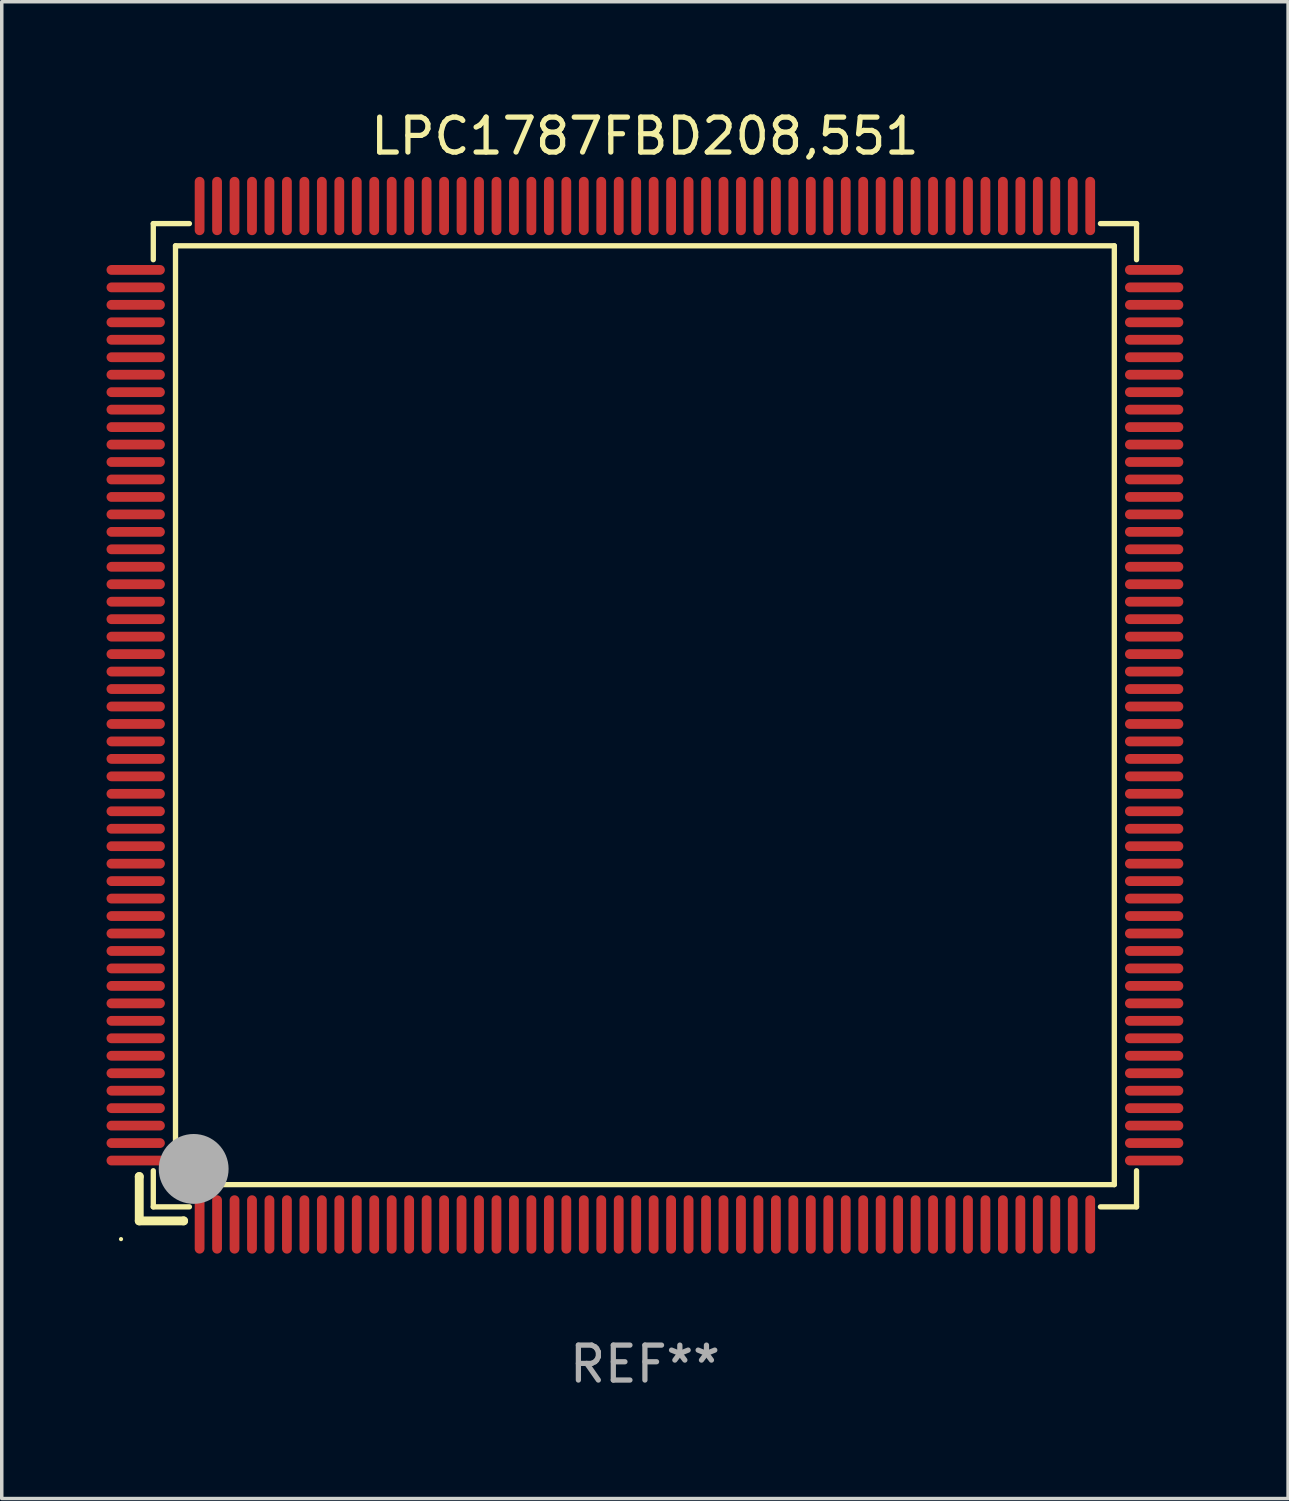
<source format=kicad_pcb>
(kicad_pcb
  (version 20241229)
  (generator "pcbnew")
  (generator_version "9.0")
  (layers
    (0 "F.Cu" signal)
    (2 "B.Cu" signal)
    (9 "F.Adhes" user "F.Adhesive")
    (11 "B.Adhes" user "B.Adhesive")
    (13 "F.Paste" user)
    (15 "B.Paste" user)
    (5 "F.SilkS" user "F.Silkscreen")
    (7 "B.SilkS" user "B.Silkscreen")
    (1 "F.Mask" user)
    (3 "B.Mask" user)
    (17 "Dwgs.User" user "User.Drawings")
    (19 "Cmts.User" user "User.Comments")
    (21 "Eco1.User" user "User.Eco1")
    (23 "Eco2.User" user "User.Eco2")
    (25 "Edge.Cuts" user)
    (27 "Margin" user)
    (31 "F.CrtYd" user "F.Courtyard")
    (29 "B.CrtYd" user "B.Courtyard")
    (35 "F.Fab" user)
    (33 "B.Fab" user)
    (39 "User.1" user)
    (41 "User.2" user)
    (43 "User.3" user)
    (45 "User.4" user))
  (footprint "LPC1787FBD208,551"
    (layer "F.Cu")
    (at 15.415 17.428)
    (property "Reference" "LPC1787FBD208,551" (at 0 -16.58 0) (layer "F.SilkS") (effects (font (size 1 1) (thickness 0.15))))
    (attr through_hole)
    (fp_line (start -14.478 13.208) (end -14.478 13.208) (stroke (width 0.254) (type solid)) (layer "F.SilkS"))
    (fp_line (start -14.478 13.208) (end -14.478 14.478) (stroke (width 0.254) (type solid)) (layer "F.SilkS"))
    (fp_line (start -14.478 14.478) (end -13.208 14.478) (stroke (width 0.254) (type solid)) (layer "F.SilkS"))
    (fp_line (start -14.076 -14.076) (end -14.076 -13.042) (stroke (width 0.152) (type solid)) (layer "F.SilkS"))
    (fp_line (start -14.076 14.076) (end -14.076 13.042) (stroke (width 0.152) (type solid)) (layer "F.SilkS"))
    (fp_line (start -13.44 -13.44) (end 13.44 -13.44) (stroke (width 0.152) (type solid)) (layer "F.SilkS"))
    (fp_line (start -13.44 13.44) (end -13.44 -13.44) (stroke (width 0.152) (type solid)) (layer "F.SilkS"))
    (fp_line (start -13.208 14.478) (end -13.208 14.478) (stroke (width 0.254) (type solid)) (layer "F.SilkS"))
    (fp_line (start -13.042 -14.076) (end -14.076 -14.076) (stroke (width 0.152) (type solid)) (layer "F.SilkS"))
    (fp_line (start -13.042 14.076) (end -14.076 14.076) (stroke (width 0.152) (type solid)) (layer "F.SilkS"))
    (fp_line (start 13.042 -14.076) (end 14.076 -14.076) (stroke (width 0.152) (type solid)) (layer "F.SilkS"))
    (fp_line (start 13.042 14.076) (end 14.076 14.076) (stroke (width 0.152) (type solid)) (layer "F.SilkS"))
    (fp_line (start 13.44 -13.44) (end 13.44 13.44) (stroke (width 0.152) (type solid)) (layer "F.SilkS"))
    (fp_line (start 13.44 13.44) (end -13.44 13.44) (stroke (width 0.152) (type solid)) (layer "F.SilkS"))
    (fp_line (start 14.076 -14.076) (end 14.076 -13.042) (stroke (width 0.152) (type solid)) (layer "F.SilkS"))
    (fp_line (start 14.076 14.076) (end 14.076 13.042) (stroke (width 0.152) (type solid)) (layer "F.SilkS"))
    (fp_circle (center -15 15) (end -14.97 15) (stroke (width 0.06) (type solid)) (fill no) (layer "F.SilkS"))
    (fp_circle (center -13.138 13.138) (end -13.063 13.138) (stroke (width 0.15) (type solid)) (fill no) (layer "F.SilkS"))
    (fp_circle (center -12.92 12.99) (end -12.42 12.99) (stroke (width 1) (type solid)) (fill no) (layer "F.Fab"))
    (fp_text user "REF**" (at 0 18.58 0) (layer "F.Fab") (effects (font (size 1 1) (thickness 0.15))))
    (pad "1" smd oval (at -12.75 14.58) (size 0.28 1.67) (layers "F.Cu" "F.Mask" "F.Paste"))
    (pad "2" smd oval (at -12.25 14.58) (size 0.28 1.67) (layers "F.Cu" "F.Mask" "F.Paste"))
    (pad "3" smd oval (at -11.75 14.58) (size 0.28 1.67) (layers "F.Cu" "F.Mask" "F.Paste"))
    (pad "4" smd oval (at -11.25 14.58) (size 0.28 1.67) (layers "F.Cu" "F.Mask" "F.Paste"))
    (pad "5" smd oval (at -10.75 14.58) (size 0.28 1.67) (layers "F.Cu" "F.Mask" "F.Paste"))
    (pad "6" smd oval (at -10.25 14.58) (size 0.28 1.67) (layers "F.Cu" "F.Mask" "F.Paste"))
    (pad "7" smd oval (at -9.75 14.58) (size 0.28 1.67) (layers "F.Cu" "F.Mask" "F.Paste"))
    (pad "8" smd oval (at -9.25 14.58) (size 0.28 1.67) (layers "F.Cu" "F.Mask" "F.Paste"))
    (pad "9" smd oval (at -8.75 14.58) (size 0.28 1.67) (layers "F.Cu" "F.Mask" "F.Paste"))
    (pad "10" smd oval (at -8.25 14.58) (size 0.28 1.67) (layers "F.Cu" "F.Mask" "F.Paste"))
    (pad "11" smd oval (at -7.75 14.58) (size 0.28 1.67) (layers "F.Cu" "F.Mask" "F.Paste"))
    (pad "12" smd oval (at -7.25 14.58) (size 0.28 1.67) (layers "F.Cu" "F.Mask" "F.Paste"))
    (pad "13" smd oval (at -6.75 14.58) (size 0.28 1.67) (layers "F.Cu" "F.Mask" "F.Paste"))
    (pad "14" smd oval (at -6.25 14.58) (size 0.28 1.67) (layers "F.Cu" "F.Mask" "F.Paste"))
    (pad "15" smd oval (at -5.75 14.58) (size 0.28 1.67) (layers "F.Cu" "F.Mask" "F.Paste"))
    (pad "16" smd oval (at -5.25 14.58) (size 0.28 1.67) (layers "F.Cu" "F.Mask" "F.Paste"))
    (pad "17" smd oval (at -4.75 14.58) (size 0.28 1.67) (layers "F.Cu" "F.Mask" "F.Paste"))
    (pad "18" smd oval (at -4.25 14.58) (size 0.28 1.67) (layers "F.Cu" "F.Mask" "F.Paste"))
    (pad "19" smd oval (at -3.75 14.58) (size 0.28 1.67) (layers "F.Cu" "F.Mask" "F.Paste"))
    (pad "20" smd oval (at -3.25 14.58) (size 0.28 1.67) (layers "F.Cu" "F.Mask" "F.Paste"))
    (pad "21" smd oval (at -2.75 14.58) (size 0.28 1.67) (layers "F.Cu" "F.Mask" "F.Paste"))
    (pad "22" smd oval (at -2.25 14.58) (size 0.28 1.67) (layers "F.Cu" "F.Mask" "F.Paste"))
    (pad "23" smd oval (at -1.75 14.58) (size 0.28 1.67) (layers "F.Cu" "F.Mask" "F.Paste"))
    (pad "24" smd oval (at -1.25 14.58) (size 0.28 1.67) (layers "F.Cu" "F.Mask" "F.Paste"))
    (pad "25" smd oval (at -0.75 14.58) (size 0.28 1.67) (layers "F.Cu" "F.Mask" "F.Paste"))
    (pad "26" smd oval (at -0.25 14.58) (size 0.28 1.67) (layers "F.Cu" "F.Mask" "F.Paste"))
    (pad "27" smd oval (at 0.25 14.58) (size 0.28 1.67) (layers "F.Cu" "F.Mask" "F.Paste"))
    (pad "28" smd oval (at 0.75 14.58) (size 0.28 1.67) (layers "F.Cu" "F.Mask" "F.Paste"))
    (pad "29" smd oval (at 1.25 14.58) (size 0.28 1.67) (layers "F.Cu" "F.Mask" "F.Paste"))
    (pad "30" smd oval (at 1.75 14.58) (size 0.28 1.67) (layers "F.Cu" "F.Mask" "F.Paste"))
    (pad "31" smd oval (at 2.25 14.58) (size 0.28 1.67) (layers "F.Cu" "F.Mask" "F.Paste"))
    (pad "32" smd oval (at 2.75 14.58) (size 0.28 1.67) (layers "F.Cu" "F.Mask" "F.Paste"))
    (pad "33" smd oval (at 3.25 14.58) (size 0.28 1.67) (layers "F.Cu" "F.Mask" "F.Paste"))
    (pad "34" smd oval (at 3.75 14.58) (size 0.28 1.67) (layers "F.Cu" "F.Mask" "F.Paste"))
    (pad "35" smd oval (at 4.25 14.58) (size 0.28 1.67) (layers "F.Cu" "F.Mask" "F.Paste"))
    (pad "36" smd oval (at 4.75 14.58) (size 0.28 1.67) (layers "F.Cu" "F.Mask" "F.Paste"))
    (pad "37" smd oval (at 5.25 14.58) (size 0.28 1.67) (layers "F.Cu" "F.Mask" "F.Paste"))
    (pad "38" smd oval (at 5.75 14.58) (size 0.28 1.67) (layers "F.Cu" "F.Mask" "F.Paste"))
    (pad "39" smd oval (at 6.25 14.58) (size 0.28 1.67) (layers "F.Cu" "F.Mask" "F.Paste"))
    (pad "40" smd oval (at 6.75 14.58) (size 0.28 1.67) (layers "F.Cu" "F.Mask" "F.Paste"))
    (pad "41" smd oval (at 7.25 14.58) (size 0.28 1.67) (layers "F.Cu" "F.Mask" "F.Paste"))
    (pad "42" smd oval (at 7.75 14.58) (size 0.28 1.67) (layers "F.Cu" "F.Mask" "F.Paste"))
    (pad "43" smd oval (at 8.25 14.58) (size 0.28 1.67) (layers "F.Cu" "F.Mask" "F.Paste"))
    (pad "44" smd oval (at 8.75 14.58) (size 0.28 1.67) (layers "F.Cu" "F.Mask" "F.Paste"))
    (pad "45" smd oval (at 9.25 14.58) (size 0.28 1.67) (layers "F.Cu" "F.Mask" "F.Paste"))
    (pad "46" smd oval (at 9.75 14.58) (size 0.28 1.67) (layers "F.Cu" "F.Mask" "F.Paste"))
    (pad "47" smd oval (at 10.25 14.58) (size 0.28 1.67) (layers "F.Cu" "F.Mask" "F.Paste"))
    (pad "48" smd oval (at 10.75 14.58) (size 0.28 1.67) (layers "F.Cu" "F.Mask" "F.Paste"))
    (pad "49" smd oval (at 11.25 14.58) (size 0.28 1.67) (layers "F.Cu" "F.Mask" "F.Paste"))
    (pad "50" smd oval (at 11.75 14.58) (size 0.28 1.67) (layers "F.Cu" "F.Mask" "F.Paste"))
    (pad "51" smd oval (at 12.25 14.58) (size 0.28 1.67) (layers "F.Cu" "F.Mask" "F.Paste"))
    (pad "52" smd oval (at 12.75 14.58) (size 0.28 1.67) (layers "F.Cu" "F.Mask" "F.Paste"))
    (pad "53" smd oval (at 14.58 12.75) (size 1.67 0.28) (layers "F.Cu" "F.Mask" "F.Paste"))
    (pad "54" smd oval (at 14.58 12.25) (size 1.67 0.28) (layers "F.Cu" "F.Mask" "F.Paste"))
    (pad "55" smd oval (at 14.58 11.75) (size 1.67 0.28) (layers "F.Cu" "F.Mask" "F.Paste"))
    (pad "56" smd oval (at 14.58 11.25) (size 1.67 0.28) (layers "F.Cu" "F.Mask" "F.Paste"))
    (pad "57" smd oval (at 14.58 10.75) (size 1.67 0.28) (layers "F.Cu" "F.Mask" "F.Paste"))
    (pad "58" smd oval (at 14.58 10.25) (size 1.67 0.28) (layers "F.Cu" "F.Mask" "F.Paste"))
    (pad "59" smd oval (at 14.58 9.75) (size 1.67 0.28) (layers "F.Cu" "F.Mask" "F.Paste"))
    (pad "60" smd oval (at 14.58 9.25) (size 1.67 0.28) (layers "F.Cu" "F.Mask" "F.Paste"))
    (pad "61" smd oval (at 14.58 8.75) (size 1.67 0.28) (layers "F.Cu" "F.Mask" "F.Paste"))
    (pad "62" smd oval (at 14.58 8.25) (size 1.67 0.28) (layers "F.Cu" "F.Mask" "F.Paste"))
    (pad "63" smd oval (at 14.58 7.75) (size 1.67 0.28) (layers "F.Cu" "F.Mask" "F.Paste"))
    (pad "64" smd oval (at 14.58 7.25) (size 1.67 0.28) (layers "F.Cu" "F.Mask" "F.Paste"))
    (pad "65" smd oval (at 14.58 6.75) (size 1.67 0.28) (layers "F.Cu" "F.Mask" "F.Paste"))
    (pad "66" smd oval (at 14.58 6.25) (size 1.67 0.28) (layers "F.Cu" "F.Mask" "F.Paste"))
    (pad "67" smd oval (at 14.58 5.75) (size 1.67 0.28) (layers "F.Cu" "F.Mask" "F.Paste"))
    (pad "68" smd oval (at 14.58 5.25) (size 1.67 0.28) (layers "F.Cu" "F.Mask" "F.Paste"))
    (pad "69" smd oval (at 14.58 4.75) (size 1.67 0.28) (layers "F.Cu" "F.Mask" "F.Paste"))
    (pad "70" smd oval (at 14.58 4.25) (size 1.67 0.28) (layers "F.Cu" "F.Mask" "F.Paste"))
    (pad "71" smd oval (at 14.58 3.75) (size 1.67 0.28) (layers "F.Cu" "F.Mask" "F.Paste"))
    (pad "72" smd oval (at 14.58 3.25) (size 1.67 0.28) (layers "F.Cu" "F.Mask" "F.Paste"))
    (pad "73" smd oval (at 14.58 2.75) (size 1.67 0.28) (layers "F.Cu" "F.Mask" "F.Paste"))
    (pad "74" smd oval (at 14.58 2.25) (size 1.67 0.28) (layers "F.Cu" "F.Mask" "F.Paste"))
    (pad "75" smd oval (at 14.58 1.75) (size 1.67 0.28) (layers "F.Cu" "F.Mask" "F.Paste"))
    (pad "76" smd oval (at 14.58 1.25) (size 1.67 0.28) (layers "F.Cu" "F.Mask" "F.Paste"))
    (pad "77" smd oval (at 14.58 0.75) (size 1.67 0.28) (layers "F.Cu" "F.Mask" "F.Paste"))
    (pad "78" smd oval (at 14.58 0.25) (size 1.67 0.28) (layers "F.Cu" "F.Mask" "F.Paste"))
    (pad "79" smd oval (at 14.58 -0.25) (size 1.67 0.28) (layers "F.Cu" "F.Mask" "F.Paste"))
    (pad "80" smd oval (at 14.58 -0.75) (size 1.67 0.28) (layers "F.Cu" "F.Mask" "F.Paste"))
    (pad "81" smd oval (at 14.58 -1.25) (size 1.67 0.28) (layers "F.Cu" "F.Mask" "F.Paste"))
    (pad "82" smd oval (at 14.58 -1.75) (size 1.67 0.28) (layers "F.Cu" "F.Mask" "F.Paste"))
    (pad "83" smd oval (at 14.58 -2.25) (size 1.67 0.28) (layers "F.Cu" "F.Mask" "F.Paste"))
    (pad "84" smd oval (at 14.58 -2.75) (size 1.67 0.28) (layers "F.Cu" "F.Mask" "F.Paste"))
    (pad "85" smd oval (at 14.58 -3.25) (size 1.67 0.28) (layers "F.Cu" "F.Mask" "F.Paste"))
    (pad "86" smd oval (at 14.58 -3.75) (size 1.67 0.28) (layers "F.Cu" "F.Mask" "F.Paste"))
    (pad "87" smd oval (at 14.58 -4.25) (size 1.67 0.28) (layers "F.Cu" "F.Mask" "F.Paste"))
    (pad "88" smd oval (at 14.58 -4.75) (size 1.67 0.28) (layers "F.Cu" "F.Mask" "F.Paste"))
    (pad "89" smd oval (at 14.58 -5.25) (size 1.67 0.28) (layers "F.Cu" "F.Mask" "F.Paste"))
    (pad "90" smd oval (at 14.58 -5.75) (size 1.67 0.28) (layers "F.Cu" "F.Mask" "F.Paste"))
    (pad "91" smd oval (at 14.58 -6.25) (size 1.67 0.28) (layers "F.Cu" "F.Mask" "F.Paste"))
    (pad "92" smd oval (at 14.58 -6.75) (size 1.67 0.28) (layers "F.Cu" "F.Mask" "F.Paste"))
    (pad "93" smd oval (at 14.58 -7.25) (size 1.67 0.28) (layers "F.Cu" "F.Mask" "F.Paste"))
    (pad "94" smd oval (at 14.58 -7.75) (size 1.67 0.28) (layers "F.Cu" "F.Mask" "F.Paste"))
    (pad "95" smd oval (at 14.58 -8.25) (size 1.67 0.28) (layers "F.Cu" "F.Mask" "F.Paste"))
    (pad "96" smd oval (at 14.58 -8.75) (size 1.67 0.28) (layers "F.Cu" "F.Mask" "F.Paste"))
    (pad "97" smd oval (at 14.58 -9.25) (size 1.67 0.28) (layers "F.Cu" "F.Mask" "F.Paste"))
    (pad "98" smd oval (at 14.58 -9.75) (size 1.67 0.28) (layers "F.Cu" "F.Mask" "F.Paste"))
    (pad "99" smd oval (at 14.58 -10.25) (size 1.67 0.28) (layers "F.Cu" "F.Mask" "F.Paste"))
    (pad "100" smd oval (at 14.58 -10.75) (size 1.67 0.28) (layers "F.Cu" "F.Mask" "F.Paste"))
    (pad "101" smd oval (at 14.58 -11.25) (size 1.67 0.28) (layers "F.Cu" "F.Mask" "F.Paste"))
    (pad "102" smd oval (at 14.58 -11.75) (size 1.67 0.28) (layers "F.Cu" "F.Mask" "F.Paste"))
    (pad "103" smd oval (at 14.58 -12.25) (size 1.67 0.28) (layers "F.Cu" "F.Mask" "F.Paste"))
    (pad "104" smd oval (at 14.58 -12.75) (size 1.67 0.28) (layers "F.Cu" "F.Mask" "F.Paste"))
    (pad "105" smd oval (at 12.75 -14.58) (size 0.28 1.67) (layers "F.Cu" "F.Mask" "F.Paste"))
    (pad "106" smd oval (at 12.25 -14.58) (size 0.28 1.67) (layers "F.Cu" "F.Mask" "F.Paste"))
    (pad "107" smd oval (at 11.75 -14.58) (size 0.28 1.67) (layers "F.Cu" "F.Mask" "F.Paste"))
    (pad "108" smd oval (at 11.25 -14.58) (size 0.28 1.67) (layers "F.Cu" "F.Mask" "F.Paste"))
    (pad "109" smd oval (at 10.75 -14.58) (size 0.28 1.67) (layers "F.Cu" "F.Mask" "F.Paste"))
    (pad "110" smd oval (at 10.25 -14.58) (size 0.28 1.67) (layers "F.Cu" "F.Mask" "F.Paste"))
    (pad "111" smd oval (at 9.75 -14.58) (size 0.28 1.67) (layers "F.Cu" "F.Mask" "F.Paste"))
    (pad "112" smd oval (at 9.25 -14.58) (size 0.28 1.67) (layers "F.Cu" "F.Mask" "F.Paste"))
    (pad "113" smd oval (at 8.75 -14.58) (size 0.28 1.67) (layers "F.Cu" "F.Mask" "F.Paste"))
    (pad "114" smd oval (at 8.25 -14.58) (size 0.28 1.67) (layers "F.Cu" "F.Mask" "F.Paste"))
    (pad "115" smd oval (at 7.75 -14.58) (size 0.28 1.67) (layers "F.Cu" "F.Mask" "F.Paste"))
    (pad "116" smd oval (at 7.25 -14.58) (size 0.28 1.67) (layers "F.Cu" "F.Mask" "F.Paste"))
    (pad "117" smd oval (at 6.75 -14.58) (size 0.28 1.67) (layers "F.Cu" "F.Mask" "F.Paste"))
    (pad "118" smd oval (at 6.25 -14.58) (size 0.28 1.67) (layers "F.Cu" "F.Mask" "F.Paste"))
    (pad "119" smd oval (at 5.75 -14.58) (size 0.28 1.67) (layers "F.Cu" "F.Mask" "F.Paste"))
    (pad "120" smd oval (at 5.25 -14.58) (size 0.28 1.67) (layers "F.Cu" "F.Mask" "F.Paste"))
    (pad "121" smd oval (at 4.75 -14.58) (size 0.28 1.67) (layers "F.Cu" "F.Mask" "F.Paste"))
    (pad "122" smd oval (at 4.25 -14.58) (size 0.28 1.67) (layers "F.Cu" "F.Mask" "F.Paste"))
    (pad "123" smd oval (at 3.75 -14.58) (size 0.28 1.67) (layers "F.Cu" "F.Mask" "F.Paste"))
    (pad "124" smd oval (at 3.25 -14.58) (size 0.28 1.67) (layers "F.Cu" "F.Mask" "F.Paste"))
    (pad "125" smd oval (at 2.75 -14.58) (size 0.28 1.67) (layers "F.Cu" "F.Mask" "F.Paste"))
    (pad "126" smd oval (at 2.25 -14.58) (size 0.28 1.67) (layers "F.Cu" "F.Mask" "F.Paste"))
    (pad "127" smd oval (at 1.75 -14.58) (size 0.28 1.67) (layers "F.Cu" "F.Mask" "F.Paste"))
    (pad "128" smd oval (at 1.25 -14.58) (size 0.28 1.67) (layers "F.Cu" "F.Mask" "F.Paste"))
    (pad "129" smd oval (at 0.75 -14.58) (size 0.28 1.67) (layers "F.Cu" "F.Mask" "F.Paste"))
    (pad "130" smd oval (at 0.25 -14.58) (size 0.28 1.67) (layers "F.Cu" "F.Mask" "F.Paste"))
    (pad "131" smd oval (at -0.25 -14.58) (size 0.28 1.67) (layers "F.Cu" "F.Mask" "F.Paste"))
    (pad "132" smd oval (at -0.75 -14.58) (size 0.28 1.67) (layers "F.Cu" "F.Mask" "F.Paste"))
    (pad "133" smd oval (at -1.25 -14.58) (size 0.28 1.67) (layers "F.Cu" "F.Mask" "F.Paste"))
    (pad "134" smd oval (at -1.75 -14.58) (size 0.28 1.67) (layers "F.Cu" "F.Mask" "F.Paste"))
    (pad "135" smd oval (at -2.25 -14.58) (size 0.28 1.67) (layers "F.Cu" "F.Mask" "F.Paste"))
    (pad "136" smd oval (at -2.75 -14.58) (size 0.28 1.67) (layers "F.Cu" "F.Mask" "F.Paste"))
    (pad "137" smd oval (at -3.25 -14.58) (size 0.28 1.67) (layers "F.Cu" "F.Mask" "F.Paste"))
    (pad "138" smd oval (at -3.75 -14.58) (size 0.28 1.67) (layers "F.Cu" "F.Mask" "F.Paste"))
    (pad "139" smd oval (at -4.25 -14.58) (size 0.28 1.67) (layers "F.Cu" "F.Mask" "F.Paste"))
    (pad "140" smd oval (at -4.75 -14.58) (size 0.28 1.67) (layers "F.Cu" "F.Mask" "F.Paste"))
    (pad "141" smd oval (at -5.25 -14.58) (size 0.28 1.67) (layers "F.Cu" "F.Mask" "F.Paste"))
    (pad "142" smd oval (at -5.75 -14.58) (size 0.28 1.67) (layers "F.Cu" "F.Mask" "F.Paste"))
    (pad "143" smd oval (at -6.25 -14.58) (size 0.28 1.67) (layers "F.Cu" "F.Mask" "F.Paste"))
    (pad "144" smd oval (at -6.75 -14.58) (size 0.28 1.67) (layers "F.Cu" "F.Mask" "F.Paste"))
    (pad "145" smd oval (at -7.25 -14.58) (size 0.28 1.67) (layers "F.Cu" "F.Mask" "F.Paste"))
    (pad "146" smd oval (at -7.75 -14.58) (size 0.28 1.67) (layers "F.Cu" "F.Mask" "F.Paste"))
    (pad "147" smd oval (at -8.25 -14.58) (size 0.28 1.67) (layers "F.Cu" "F.Mask" "F.Paste"))
    (pad "148" smd oval (at -8.75 -14.58) (size 0.28 1.67) (layers "F.Cu" "F.Mask" "F.Paste"))
    (pad "149" smd oval (at -9.25 -14.58) (size 0.28 1.67) (layers "F.Cu" "F.Mask" "F.Paste"))
    (pad "150" smd oval (at -9.75 -14.58) (size 0.28 1.67) (layers "F.Cu" "F.Mask" "F.Paste"))
    (pad "151" smd oval (at -10.25 -14.58) (size 0.28 1.67) (layers "F.Cu" "F.Mask" "F.Paste"))
    (pad "152" smd oval (at -10.75 -14.58) (size 0.28 1.67) (layers "F.Cu" "F.Mask" "F.Paste"))
    (pad "153" smd oval (at -11.25 -14.58) (size 0.28 1.67) (layers "F.Cu" "F.Mask" "F.Paste"))
    (pad "154" smd oval (at -11.75 -14.58) (size 0.28 1.67) (layers "F.Cu" "F.Mask" "F.Paste"))
    (pad "155" smd oval (at -12.25 -14.58) (size 0.28 1.67) (layers "F.Cu" "F.Mask" "F.Paste"))
    (pad "156" smd oval (at -12.75 -14.58) (size 0.28 1.67) (layers "F.Cu" "F.Mask" "F.Paste"))
    (pad "157" smd oval (at -14.58 -12.75) (size 1.67 0.28) (layers "F.Cu" "F.Mask" "F.Paste"))
    (pad "158" smd oval (at -14.58 -12.25) (size 1.67 0.28) (layers "F.Cu" "F.Mask" "F.Paste"))
    (pad "159" smd oval (at -14.58 -11.75) (size 1.67 0.28) (layers "F.Cu" "F.Mask" "F.Paste"))
    (pad "160" smd oval (at -14.58 -11.25) (size 1.67 0.28) (layers "F.Cu" "F.Mask" "F.Paste"))
    (pad "161" smd oval (at -14.58 -10.75) (size 1.67 0.28) (layers "F.Cu" "F.Mask" "F.Paste"))
    (pad "162" smd oval (at -14.58 -10.25) (size 1.67 0.28) (layers "F.Cu" "F.Mask" "F.Paste"))
    (pad "163" smd oval (at -14.58 -9.75) (size 1.67 0.28) (layers "F.Cu" "F.Mask" "F.Paste"))
    (pad "164" smd oval (at -14.58 -9.25) (size 1.67 0.28) (layers "F.Cu" "F.Mask" "F.Paste"))
    (pad "165" smd oval (at -14.58 -8.75) (size 1.67 0.28) (layers "F.Cu" "F.Mask" "F.Paste"))
    (pad "166" smd oval (at -14.58 -8.25) (size 1.67 0.28) (layers "F.Cu" "F.Mask" "F.Paste"))
    (pad "167" smd oval (at -14.58 -7.75) (size 1.67 0.28) (layers "F.Cu" "F.Mask" "F.Paste"))
    (pad "168" smd oval (at -14.58 -7.25) (size 1.67 0.28) (layers "F.Cu" "F.Mask" "F.Paste"))
    (pad "169" smd oval (at -14.58 -6.75) (size 1.67 0.28) (layers "F.Cu" "F.Mask" "F.Paste"))
    (pad "170" smd oval (at -14.58 -6.25) (size 1.67 0.28) (layers "F.Cu" "F.Mask" "F.Paste"))
    (pad "171" smd oval (at -14.58 -5.75) (size 1.67 0.28) (layers "F.Cu" "F.Mask" "F.Paste"))
    (pad "172" smd oval (at -14.58 -5.25) (size 1.67 0.28) (layers "F.Cu" "F.Mask" "F.Paste"))
    (pad "173" smd oval (at -14.58 -4.75) (size 1.67 0.28) (layers "F.Cu" "F.Mask" "F.Paste"))
    (pad "174" smd oval (at -14.58 -4.25) (size 1.67 0.28) (layers "F.Cu" "F.Mask" "F.Paste"))
    (pad "175" smd oval (at -14.58 -3.75) (size 1.67 0.28) (layers "F.Cu" "F.Mask" "F.Paste"))
    (pad "176" smd oval (at -14.58 -3.25) (size 1.67 0.28) (layers "F.Cu" "F.Mask" "F.Paste"))
    (pad "177" smd oval (at -14.58 -2.75) (size 1.67 0.28) (layers "F.Cu" "F.Mask" "F.Paste"))
    (pad "178" smd oval (at -14.58 -2.25) (size 1.67 0.28) (layers "F.Cu" "F.Mask" "F.Paste"))
    (pad "179" smd oval (at -14.58 -1.75) (size 1.67 0.28) (layers "F.Cu" "F.Mask" "F.Paste"))
    (pad "180" smd oval (at -14.58 -1.25) (size 1.67 0.28) (layers "F.Cu" "F.Mask" "F.Paste"))
    (pad "181" smd oval (at -14.58 -0.75) (size 1.67 0.28) (layers "F.Cu" "F.Mask" "F.Paste"))
    (pad "182" smd oval (at -14.58 -0.25) (size 1.67 0.28) (layers "F.Cu" "F.Mask" "F.Paste"))
    (pad "183" smd oval (at -14.58 0.25) (size 1.67 0.28) (layers "F.Cu" "F.Mask" "F.Paste"))
    (pad "184" smd oval (at -14.58 0.75) (size 1.67 0.28) (layers "F.Cu" "F.Mask" "F.Paste"))
    (pad "185" smd oval (at -14.58 1.25) (size 1.67 0.28) (layers "F.Cu" "F.Mask" "F.Paste"))
    (pad "186" smd oval (at -14.58 1.75) (size 1.67 0.28) (layers "F.Cu" "F.Mask" "F.Paste"))
    (pad "187" smd oval (at -14.58 2.25) (size 1.67 0.28) (layers "F.Cu" "F.Mask" "F.Paste"))
    (pad "188" smd oval (at -14.58 2.75) (size 1.67 0.28) (layers "F.Cu" "F.Mask" "F.Paste"))
    (pad "189" smd oval (at -14.58 3.25) (size 1.67 0.28) (layers "F.Cu" "F.Mask" "F.Paste"))
    (pad "190" smd oval (at -14.58 3.75) (size 1.67 0.28) (layers "F.Cu" "F.Mask" "F.Paste"))
    (pad "191" smd oval (at -14.58 4.25) (size 1.67 0.28) (layers "F.Cu" "F.Mask" "F.Paste"))
    (pad "192" smd oval (at -14.58 4.75) (size 1.67 0.28) (layers "F.Cu" "F.Mask" "F.Paste"))
    (pad "193" smd oval (at -14.58 5.25) (size 1.67 0.28) (layers "F.Cu" "F.Mask" "F.Paste"))
    (pad "194" smd oval (at -14.58 5.75) (size 1.67 0.28) (layers "F.Cu" "F.Mask" "F.Paste"))
    (pad "195" smd oval (at -14.58 6.25) (size 1.67 0.28) (layers "F.Cu" "F.Mask" "F.Paste"))
    (pad "196" smd oval (at -14.58 6.75) (size 1.67 0.28) (layers "F.Cu" "F.Mask" "F.Paste"))
    (pad "197" smd oval (at -14.58 7.25) (size 1.67 0.28) (layers "F.Cu" "F.Mask" "F.Paste"))
    (pad "198" smd oval (at -14.58 7.75) (size 1.67 0.28) (layers "F.Cu" "F.Mask" "F.Paste"))
    (pad "199" smd oval (at -14.58 8.25) (size 1.67 0.28) (layers "F.Cu" "F.Mask" "F.Paste"))
    (pad "200" smd oval (at -14.58 8.75) (size 1.67 0.28) (layers "F.Cu" "F.Mask" "F.Paste"))
    (pad "201" smd oval (at -14.58 9.25) (size 1.67 0.28) (layers "F.Cu" "F.Mask" "F.Paste"))
    (pad "202" smd oval (at -14.58 9.75) (size 1.67 0.28) (layers "F.Cu" "F.Mask" "F.Paste"))
    (pad "203" smd oval (at -14.58 10.25) (size 1.67 0.28) (layers "F.Cu" "F.Mask" "F.Paste"))
    (pad "204" smd oval (at -14.58 10.75) (size 1.67 0.28) (layers "F.Cu" "F.Mask" "F.Paste"))
    (pad "205" smd oval (at -14.58 11.25) (size 1.67 0.28) (layers "F.Cu" "F.Mask" "F.Paste"))
    (pad "206" smd oval (at -14.58 11.75) (size 1.67 0.28) (layers "F.Cu" "F.Mask" "F.Paste"))
    (pad "207" smd oval (at -14.58 12.25) (size 1.67 0.28) (layers "F.Cu" "F.Mask" "F.Paste"))
    (pad "208" smd oval (at -14.58 12.75) (size 1.67 0.28) (layers "F.Cu" "F.Mask" "F.Paste")))
  (gr_rect
    (start -3 -3)
    (end 33.83 39.856)
    (stroke (width 0.1) (type default))
    (fill no)
    (layer "Edge.Cuts")))
</source>
